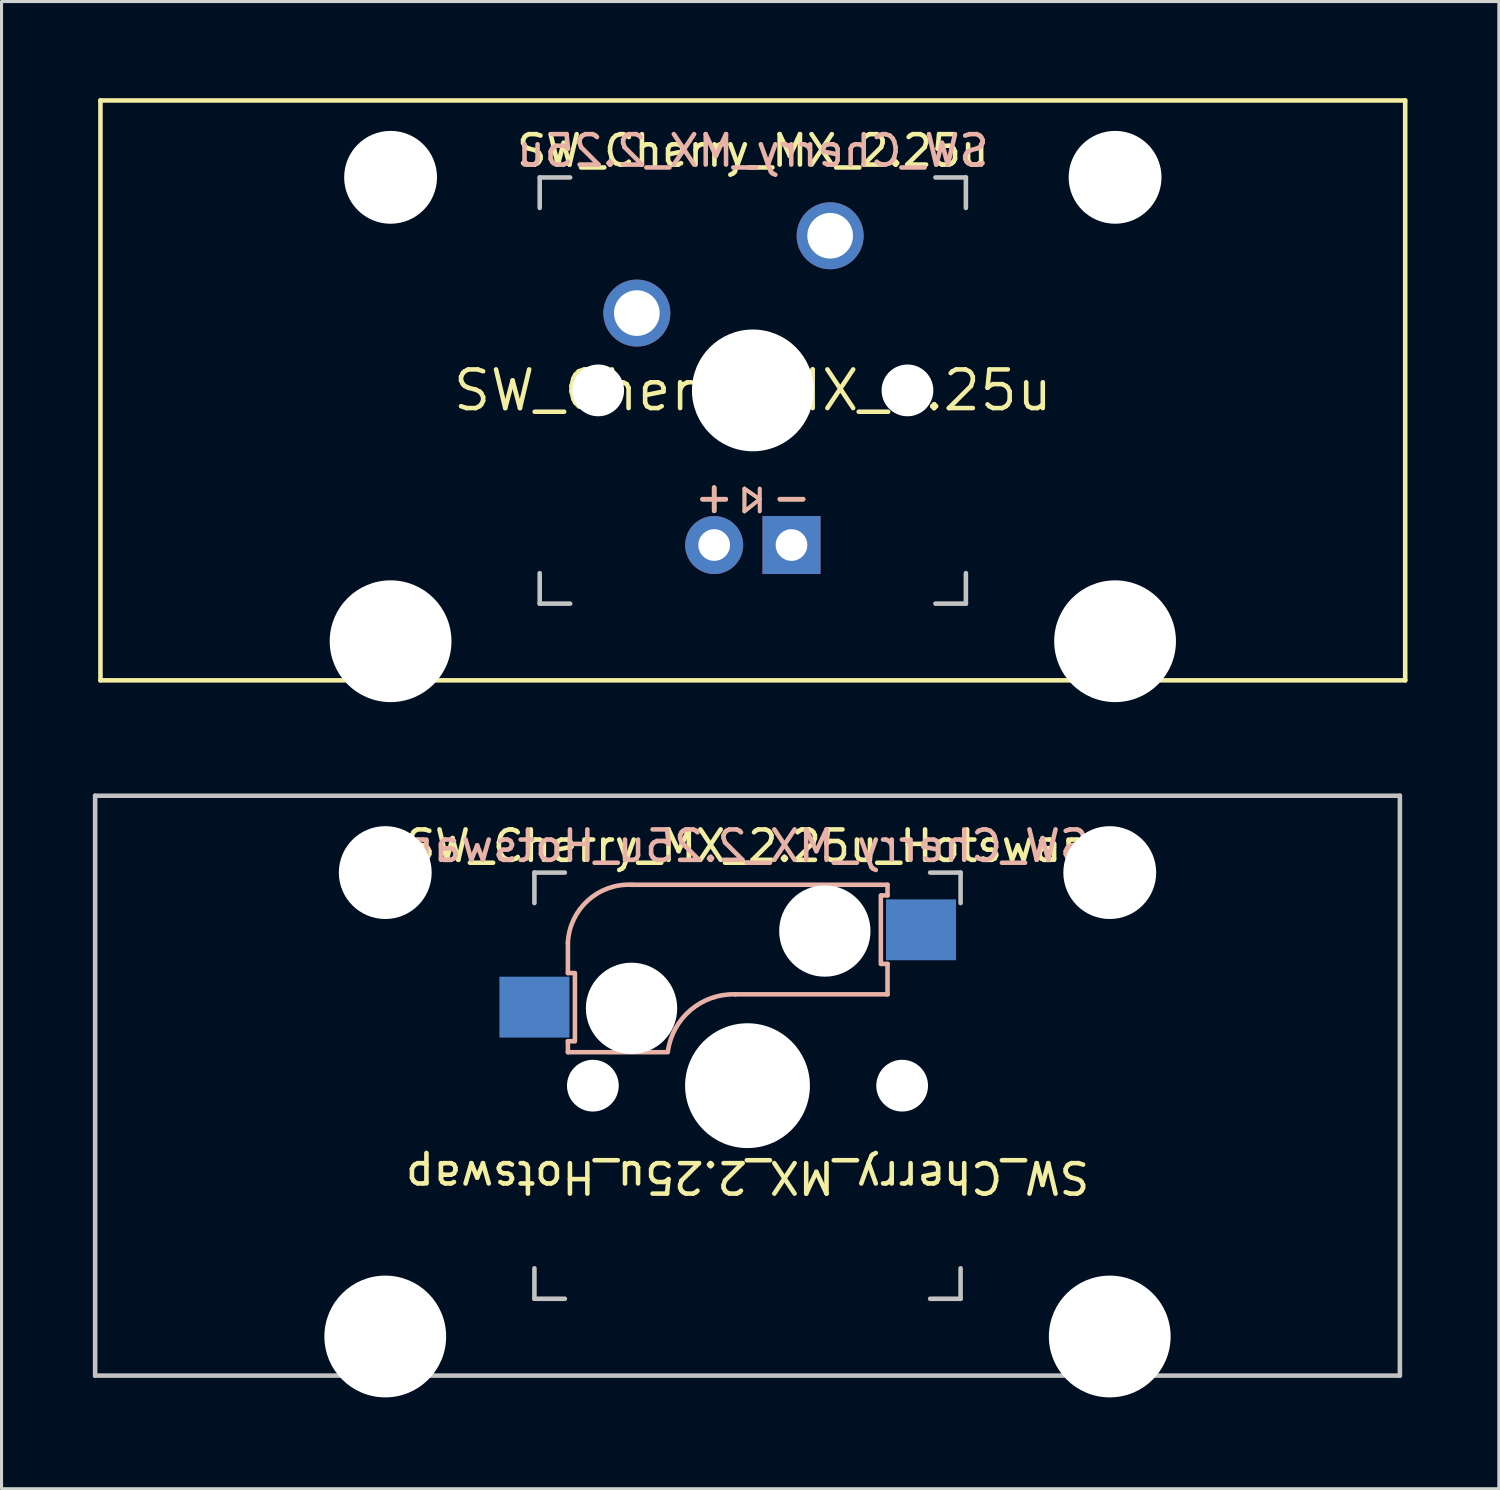
<source format=kicad_pcb>
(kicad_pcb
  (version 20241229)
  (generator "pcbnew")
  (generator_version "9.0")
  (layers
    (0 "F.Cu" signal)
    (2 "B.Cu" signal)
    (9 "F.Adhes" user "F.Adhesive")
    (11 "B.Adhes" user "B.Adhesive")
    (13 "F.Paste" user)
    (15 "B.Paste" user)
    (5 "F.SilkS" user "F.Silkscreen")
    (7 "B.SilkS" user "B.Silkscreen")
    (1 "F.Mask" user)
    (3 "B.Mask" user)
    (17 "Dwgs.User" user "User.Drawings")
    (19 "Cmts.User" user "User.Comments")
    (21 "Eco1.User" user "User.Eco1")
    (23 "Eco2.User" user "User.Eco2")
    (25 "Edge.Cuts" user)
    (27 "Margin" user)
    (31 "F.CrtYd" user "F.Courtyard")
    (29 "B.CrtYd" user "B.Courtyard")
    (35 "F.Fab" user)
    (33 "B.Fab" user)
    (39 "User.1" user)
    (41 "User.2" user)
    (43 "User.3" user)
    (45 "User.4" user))
  (footprint "SW_Cherry_MX_2.25u"
    (layer "F.Cu")
    (at 0.25 0.25)
    (property "Reference" "SW_Cherry_MX_2.25u" (at 21.431 9.525 0) (layer "F.SilkS") (effects (font (size 1.27 1.27) (thickness 0.15))))
    (attr through_hole)
    (fp_line (start 0 0) (end 42.862 0) (stroke (width 0.15) (type solid)) (layer "F.SilkS"))
    (fp_line (start 0 19.05) (end 0 0) (stroke (width 0.15) (type solid)) (layer "F.SilkS"))
    (fp_line (start 21.156 12.75) (end 21.156 13.5) (stroke (width 0.12) (type solid)) (layer "F.SilkS"))
    (fp_line (start 21.156 13.5) (end 21.656 13.1) (stroke (width 0.12) (type solid)) (layer "F.SilkS"))
    (fp_line (start 21.656 12.75) (end 21.656 13.5) (stroke (width 0.12) (type solid)) (layer "F.SilkS"))
    (fp_line (start 21.656 13.1) (end 21.156 12.75) (stroke (width 0.12) (type solid)) (layer "F.SilkS"))
    (fp_line (start 42.862 0) (end 42.862 19.05) (stroke (width 0.15) (type solid)) (layer "F.SilkS"))
    (fp_line (start 42.862 19.05) (end 0 19.05) (stroke (width 0.15) (type solid)) (layer "F.SilkS"))
    (fp_line (start 21.156 12.75) (end 21.156 13.5) (stroke (width 0.12) (type solid)) (layer "B.SilkS"))
    (fp_line (start 21.156 13.5) (end 21.656 13.1) (stroke (width 0.12) (type solid)) (layer "B.SilkS"))
    (fp_line (start 21.656 12.75) (end 21.656 13.5) (stroke (width 0.12) (type solid)) (layer "B.SilkS"))
    (fp_line (start 21.656 13.1) (end 21.156 12.75) (stroke (width 0.12) (type solid)) (layer "B.SilkS"))
    (fp_line (start 14.43 2.53) (end 15.43 2.53) (stroke (width 0.15) (type solid)) (layer "Dwgs.User"))
    (fp_line (start 14.43 3.53) (end 14.43 2.53) (stroke (width 0.15) (type solid)) (layer "Dwgs.User"))
    (fp_line (start 14.43 15.53) (end 14.43 16.53) (stroke (width 0.15) (type solid)) (layer "Dwgs.User"))
    (fp_line (start 14.43 16.53) (end 15.43 16.53) (stroke (width 0.15) (type solid)) (layer "Dwgs.User"))
    (fp_line (start 27.43 16.53) (end 28.43 16.53) (stroke (width 0.15) (type solid)) (layer "Dwgs.User"))
    (fp_line (start 28.43 2.53) (end 27.43 2.53) (stroke (width 0.15) (type solid)) (layer "Dwgs.User"))
    (fp_line (start 28.43 2.53) (end 28.43 3.53) (stroke (width 0.15) (type solid)) (layer "Dwgs.User"))
    (fp_line (start 28.43 16.53) (end 28.43 15.53) (stroke (width 0.15) (type solid)) (layer "Dwgs.User"))
    (fp_line (start 5.301 17.297) (end 5.302 3.835) (stroke (width 0.05) (type solid)) (layer "Eco1.User"))
    (fp_line (start 5.302 3.835) (end 14.38 3.835) (stroke (width 0.05) (type solid)) (layer "Eco1.User"))
    (fp_line (start 12.381 16.129) (end 12.381 17.297) (stroke (width 0.05) (type solid)) (layer "Eco1.User"))
    (fp_line (start 12.381 17.297) (end 5.301 17.297) (stroke (width 0.05) (type solid)) (layer "Eco1.User"))
    (fp_line (start 14.38 2.486) (end 14.38 3.835) (stroke (width 0.05) (type solid)) (layer "Eco1.User"))
    (fp_line (start 14.38 2.486) (end 28.48 2.486) (stroke (width 0.05) (type solid)) (layer "Eco1.User"))
    (fp_line (start 14.38 16.13) (end 12.381 16.129) (stroke (width 0.05) (type solid)) (layer "Eco1.User"))
    (fp_line (start 14.38 16.13) (end 14.38 16.585) (stroke (width 0.05) (type solid)) (layer "Eco1.User"))
    (fp_line (start 28.48 2.486) (end 28.48 3.835) (stroke (width 0.05) (type solid)) (layer "Eco1.User"))
    (fp_line (start 28.48 16.129) (end 28.48 16.585) (stroke (width 0.05) (type solid)) (layer "Eco1.User"))
    (fp_line (start 28.48 16.129) (end 30.481 16.129) (stroke (width 0.05) (type solid)) (layer "Eco1.User"))
    (fp_line (start 28.48 16.585) (end 14.38 16.585) (stroke (width 0.05) (type solid)) (layer "Eco1.User"))
    (fp_line (start 30.481 17.297) (end 30.481 16.129) (stroke (width 0.05) (type solid)) (layer "Eco1.User"))
    (fp_line (start 30.481 17.297) (end 30.481 16.129) (stroke (width 0.05) (type solid)) (layer "Eco1.User"))
    (fp_line (start 30.481 17.297) (end 37.561 17.297) (stroke (width 0.05) (type solid)) (layer "Eco1.User"))
    (fp_line (start 37.56 3.835) (end 28.48 3.835) (stroke (width 0.05) (type solid)) (layer "Eco1.User"))
    (fp_line (start 37.561 17.297) (end 37.56 3.835) (stroke (width 0.05) (type solid)) (layer "Eco1.User"))
    (fp_text user "${REFERENCE}" (at 21.431 1.651 0) (layer "F.SilkS") (effects (font (size 1 1) (thickness 0.15))))
    (fp_text user "+" (at 20.161 13.025 0) (layer "F.SilkS") (effects (font (size 1 1) (thickness 0.15))))
    (fp_text user "-" (at 22.701 13.025 0) (layer "F.SilkS") (effects (font (size 1 1) (thickness 0.15))))
    (fp_text user "${REFERENCE}" (at 21.431 1.651 0) (layer "B.SilkS") (effects (font (size 1 1) (thickness 0.15)) (justify mirror)))
    (fp_text user "-" (at 22.701 13.025 0) (layer "B.SilkS") (effects (font (size 1 1) (thickness 0.15))))
    (fp_text user "+" (at 20.161 13.025 0) (layer "B.SilkS") (effects (font (size 1 1) (thickness 0.15))))
    (pad "" np_thru_hole circle (at 9.531 2.525) (size 3.05 3.05) (drill 3.05) (layers "*.Cu" "*.Mask"))
    (pad "" np_thru_hole circle (at 9.531 17.765) (size 4 4) (drill 4) (layers "*.Cu" "*.Mask"))
    (pad "" np_thru_hole circle (at 16.351 9.525) (size 1.7 1.7) (drill 1.7) (layers "*.Cu" "*.Mask"))
    (pad "" np_thru_hole circle (at 21.431 9.525) (size 4 4) (drill 4) (layers "*.Cu" "*.Mask"))
    (pad "" np_thru_hole circle (at 26.511 9.525) (size 1.7 1.7) (drill 1.7) (layers "*.Cu" "*.Mask"))
    (pad "" np_thru_hole circle (at 33.331 2.525) (size 3.05 3.05) (drill 3.05) (layers "*.Cu" "*.Mask"))
    (pad "" np_thru_hole circle (at 33.331 17.765) (size 4 4) (drill 4) (layers "*.Cu" "*.Mask"))
    (pad "1" thru_hole circle (at 23.971 4.445) (size 2.2 2.2) (drill 1.5) (layers "*.Cu" "*.Mask"))
    (pad "2" thru_hole circle (at 17.621 6.985) (size 2.2 2.2) (drill 1.5) (layers "*.Cu" "*.Mask"))
    (pad "3" thru_hole circle (at 20.161 14.605) (size 1.905 1.905) (drill 1.04) (layers "*.Cu" "*.Mask"))
    (pad "4" thru_hole rect (at 22.701 14.605) (size 1.905 1.905) (drill 1.04) (layers "*.Cu" "*.Mask")))
  (footprint "SW_Cherry_MX_2.25u_Hotswap"
    (layer "F.Cu")
    (at 21.506 32.615)
    (property "Reference" "SW_Cherry_MX_2.25u_Hotswap" (at 0 3 180) (unlocked yes) (layer "F.SilkS") (effects (font (size 1 1) (thickness 0.15))))
    (attr through_hole)
    (fp_line (start -5.9 -4.7) (end -5.9 -3.7) (stroke (width 0.15) (type solid)) (layer "B.SilkS"))
    (fp_line (start -5.9 -3.7) (end -5.7 -3.7) (stroke (width 0.15) (type solid)) (layer "B.SilkS"))
    (fp_line (start -5.9 -1.1) (end -5.9 -1.46) (stroke (width 0.15) (type solid)) (layer "B.SilkS"))
    (fp_line (start -5.9 -1.1) (end -2.62 -1.1) (stroke (width 0.15) (type solid)) (layer "B.SilkS"))
    (fp_line (start -5.7 -1.46) (end -5.9 -1.46) (stroke (width 0.15) (type solid)) (layer "B.SilkS"))
    (fp_line (start -5.67 -3.7) (end -5.67 -1.46) (stroke (width 0.15) (type solid)) (layer "B.SilkS"))
    (fp_line (start -0.4 -3) (end 4.6 -3) (stroke (width 0.15) (type solid)) (layer "B.SilkS"))
    (fp_line (start 4.38 -4) (end 4.38 -6.25) (stroke (width 0.15) (type solid)) (layer "B.SilkS"))
    (fp_line (start 4.4 -6.25) (end 4.6 -6.25) (stroke (width 0.15) (type solid)) (layer "B.SilkS"))
    (fp_line (start 4.6 -6.6) (end -3.8 -6.6) (stroke (width 0.15) (type solid)) (layer "B.SilkS"))
    (fp_line (start 4.6 -6.25) (end 4.6 -6.6) (stroke (width 0.15) (type solid)) (layer "B.SilkS"))
    (fp_line (start 4.6 -4) (end 4.4 -4) (stroke (width 0.15) (type solid)) (layer "B.SilkS"))
    (fp_line (start 4.6 -3) (end 4.6 -4) (stroke (width 0.15) (type solid)) (layer "B.SilkS"))
    (fp_arc (start -5.9 -4.699999) (mid -5.243504 -6.084924) (end -3.800001 -6.6) (stroke (width 0.15) (type solid)) (layer "B.SilkS"))
    (fp_arc (start -2.616318 -1.121471) (mid -1.868709 -2.486118) (end -0.4 -3) (stroke (width 0.15) (type solid)) (layer "B.SilkS"))
    (fp_line (start -21.431 -9.525) (end 21.431 -9.525) (stroke (width 0.15) (type solid)) (layer "Dwgs.User"))
    (fp_line (start -21.431 9.525) (end -21.431 -9.525) (stroke (width 0.15) (type solid)) (layer "Dwgs.User"))
    (fp_line (start -7 -7) (end -6 -7) (stroke (width 0.15) (type solid)) (layer "Dwgs.User"))
    (fp_line (start -7 -6) (end -7 -7) (stroke (width 0.15) (type solid)) (layer "Dwgs.User"))
    (fp_line (start -7 6) (end -7 7) (stroke (width 0.15) (type solid)) (layer "Dwgs.User"))
    (fp_line (start -7 7) (end -6 7) (stroke (width 0.15) (type solid)) (layer "Dwgs.User"))
    (fp_line (start 6 7) (end 7 7) (stroke (width 0.15) (type solid)) (layer "Dwgs.User"))
    (fp_line (start 7 -7) (end 6 -7) (stroke (width 0.15) (type solid)) (layer "Dwgs.User"))
    (fp_line (start 7 -7) (end 7 -6) (stroke (width 0.15) (type solid)) (layer "Dwgs.User"))
    (fp_line (start 7 7) (end 7 6) (stroke (width 0.15) (type solid)) (layer "Dwgs.User"))
    (fp_line (start 21.431 -9.525) (end 21.431 9.525) (stroke (width 0.15) (type solid)) (layer "Dwgs.User"))
    (fp_line (start 21.431 9.525) (end -21.431 9.525) (stroke (width 0.15) (type solid)) (layer "Dwgs.User"))
    (fp_line (start -16.129 -2.286) (end -15.265 -2.286) (stroke (width 0.05) (type solid)) (layer "Eco1.User"))
    (fp_line (start -16.129 0.508) (end -16.129 -2.286) (stroke (width 0.05) (type solid)) (layer "Eco1.User"))
    (fp_line (start -15.265 -5.69) (end -8.611 -5.69) (stroke (width 0.05) (type solid)) (layer "Eco1.User"))
    (fp_line (start -15.265 -2.286) (end -15.265 -5.69) (stroke (width 0.05) (type solid)) (layer "Eco1.User"))
    (fp_line (start -15.265 0.508) (end -16.129 0.508) (stroke (width 0.05) (type solid)) (layer "Eco1.User"))
    (fp_line (start -15.265 6.604) (end -15.265 0.508) (stroke (width 0.05) (type solid)) (layer "Eco1.User"))
    (fp_line (start -14.224 6.604) (end -15.265 6.604) (stroke (width 0.05) (type solid)) (layer "Eco1.User"))
    (fp_line (start -14.224 7.772) (end -14.224 6.604) (stroke (width 0.05) (type solid)) (layer "Eco1.User"))
    (fp_line (start -9.652 6.604) (end -9.652 7.772) (stroke (width 0.05) (type solid)) (layer "Eco1.User"))
    (fp_line (start -9.652 7.772) (end -14.224 7.772) (stroke (width 0.05) (type solid)) (layer "Eco1.User"))
    (fp_line (start -8.611 -5.69) (end -8.611 -4.877) (stroke (width 0.05) (type solid)) (layer "Eco1.User"))
    (fp_line (start -8.611 -4.877) (end -6.985 -4.877) (stroke (width 0.05) (type solid)) (layer "Eco1.User"))
    (fp_line (start -8.611 5.817) (end -8.611 6.604) (stroke (width 0.05) (type solid)) (layer "Eco1.User"))
    (fp_line (start -8.611 6.604) (end -9.652 6.604) (stroke (width 0.05) (type solid)) (layer "Eco1.User"))
    (fp_line (start -6.985 -6.985) (end 6.985 -6.985) (stroke (width 0.05) (type solid)) (layer "Eco1.User"))
    (fp_line (start -6.985 -4.877) (end -6.985 -6.985) (stroke (width 0.05) (type solid)) (layer "Eco1.User"))
    (fp_line (start -6.985 5.817) (end -8.611 5.817) (stroke (width 0.05) (type solid)) (layer "Eco1.User"))
    (fp_line (start -6.985 6.985) (end -6.985 5.817) (stroke (width 0.05) (type solid)) (layer "Eco1.User"))
    (fp_line (start 6.985 -6.985) (end 6.985 -4.877) (stroke (width 0.05) (type solid)) (layer "Eco1.User"))
    (fp_line (start 6.985 -4.877) (end 8.611 -4.877) (stroke (width 0.05) (type solid)) (layer "Eco1.User"))
    (fp_line (start 6.985 5.817) (end 6.985 6.985) (stroke (width 0.05) (type solid)) (layer "Eco1.User"))
    (fp_line (start 6.985 6.985) (end -6.985 6.985) (stroke (width 0.05) (type solid)) (layer "Eco1.User"))
    (fp_line (start 8.611 -5.69) (end 15.265 -5.69) (stroke (width 0.05) (type solid)) (layer "Eco1.User"))
    (fp_line (start 8.611 -4.877) (end 8.611 -5.69) (stroke (width 0.05) (type solid)) (layer "Eco1.User"))
    (fp_line (start 8.611 5.817) (end 6.985 5.817) (stroke (width 0.05) (type solid)) (layer "Eco1.User"))
    (fp_line (start 8.611 6.604) (end 8.611 5.817) (stroke (width 0.05) (type solid)) (layer "Eco1.User"))
    (fp_line (start 9.652 6.604) (end 8.611 6.604) (stroke (width 0.05) (type solid)) (layer "Eco1.User"))
    (fp_line (start 9.652 7.772) (end 9.652 6.604) (stroke (width 0.05) (type solid)) (layer "Eco1.User"))
    (fp_line (start 14.224 6.604) (end 14.224 7.772) (stroke (width 0.05) (type solid)) (layer "Eco1.User"))
    (fp_line (start 14.224 7.772) (end 9.652 7.772) (stroke (width 0.05) (type solid)) (layer "Eco1.User"))
    (fp_line (start 15.265 -5.69) (end 15.265 -2.286) (stroke (width 0.05) (type solid)) (layer "Eco1.User"))
    (fp_line (start 15.265 -2.286) (end 16.129 -2.286) (stroke (width 0.05) (type solid)) (layer "Eco1.User"))
    (fp_line (start 15.265 0.508) (end 15.265 6.604) (stroke (width 0.05) (type solid)) (layer "Eco1.User"))
    (fp_line (start 15.265 6.604) (end 14.224 6.604) (stroke (width 0.05) (type solid)) (layer "Eco1.User"))
    (fp_line (start 16.129 -2.286) (end 16.129 0.508) (stroke (width 0.05) (type solid)) (layer "Eco1.User"))
    (fp_line (start 16.129 0.508) (end 15.265 0.508) (stroke (width 0.05) (type solid)) (layer "Eco1.User"))
    (fp_text user "${REFERENCE}" (at 0 -7.874 0) (layer "F.SilkS") (effects (font (size 1 1) (thickness 0.15))))
    (fp_text user "${REFERENCE}" (at 0 -7.874 0) (layer "B.SilkS") (effects (font (size 1 1) (thickness 0.15)) (justify mirror)))
    (pad "" np_thru_hole circle (at -11.9 -7) (size 3.05 3.05) (drill 3.05) (layers "*.Cu" "*.Mask"))
    (pad "" np_thru_hole circle (at -11.9 8.24) (size 4 4) (drill 4) (layers "*.Cu" "*.Mask"))
    (pad "" np_thru_hole circle (at -5.08 0) (size 1.7 1.7) (drill 1.7) (layers "*.Cu" "*.Mask"))
    (pad "" np_thru_hole circle (at -3.81 -2.54 180) (size 3 3) (drill 3) (layers "*.Cu" "*.Mask"))
    (pad "" np_thru_hole circle (at 0 0 90) (size 4.1 4.1) (drill 4.1) (layers "*.Cu" "*.Mask"))
    (pad "" np_thru_hole circle (at 2.54 -5.08 180) (size 3 3) (drill 3) (layers "*.Cu" "*.Mask"))
    (pad "" np_thru_hole circle (at 5.08 0) (size 1.7 1.7) (drill 1.7) (layers "*.Cu" "*.Mask"))
    (pad "" np_thru_hole circle (at 11.9 -7) (size 3.05 3.05) (drill 3.05) (layers "*.Cu" "*.Mask"))
    (pad "" np_thru_hole circle (at 11.9 8.24) (size 4 4) (drill 4) (layers "*.Cu" "*.Mask"))
    (pad "1" smd rect (at -7 -2.58 180) (size 2.3 2) (layers "B.Cu" "B.Mask" "B.Paste"))
    (pad "2" smd rect (at 5.7 -5.12 180) (size 2.3 2) (layers "B.Cu" "B.Mask" "B.Paste")))
  (gr_rect
    (start -3 -3)
    (end 46.188 45.855)
    (stroke (width 0.1) (type default))
    (fill no)
    (layer "Edge.Cuts")))
</source>
